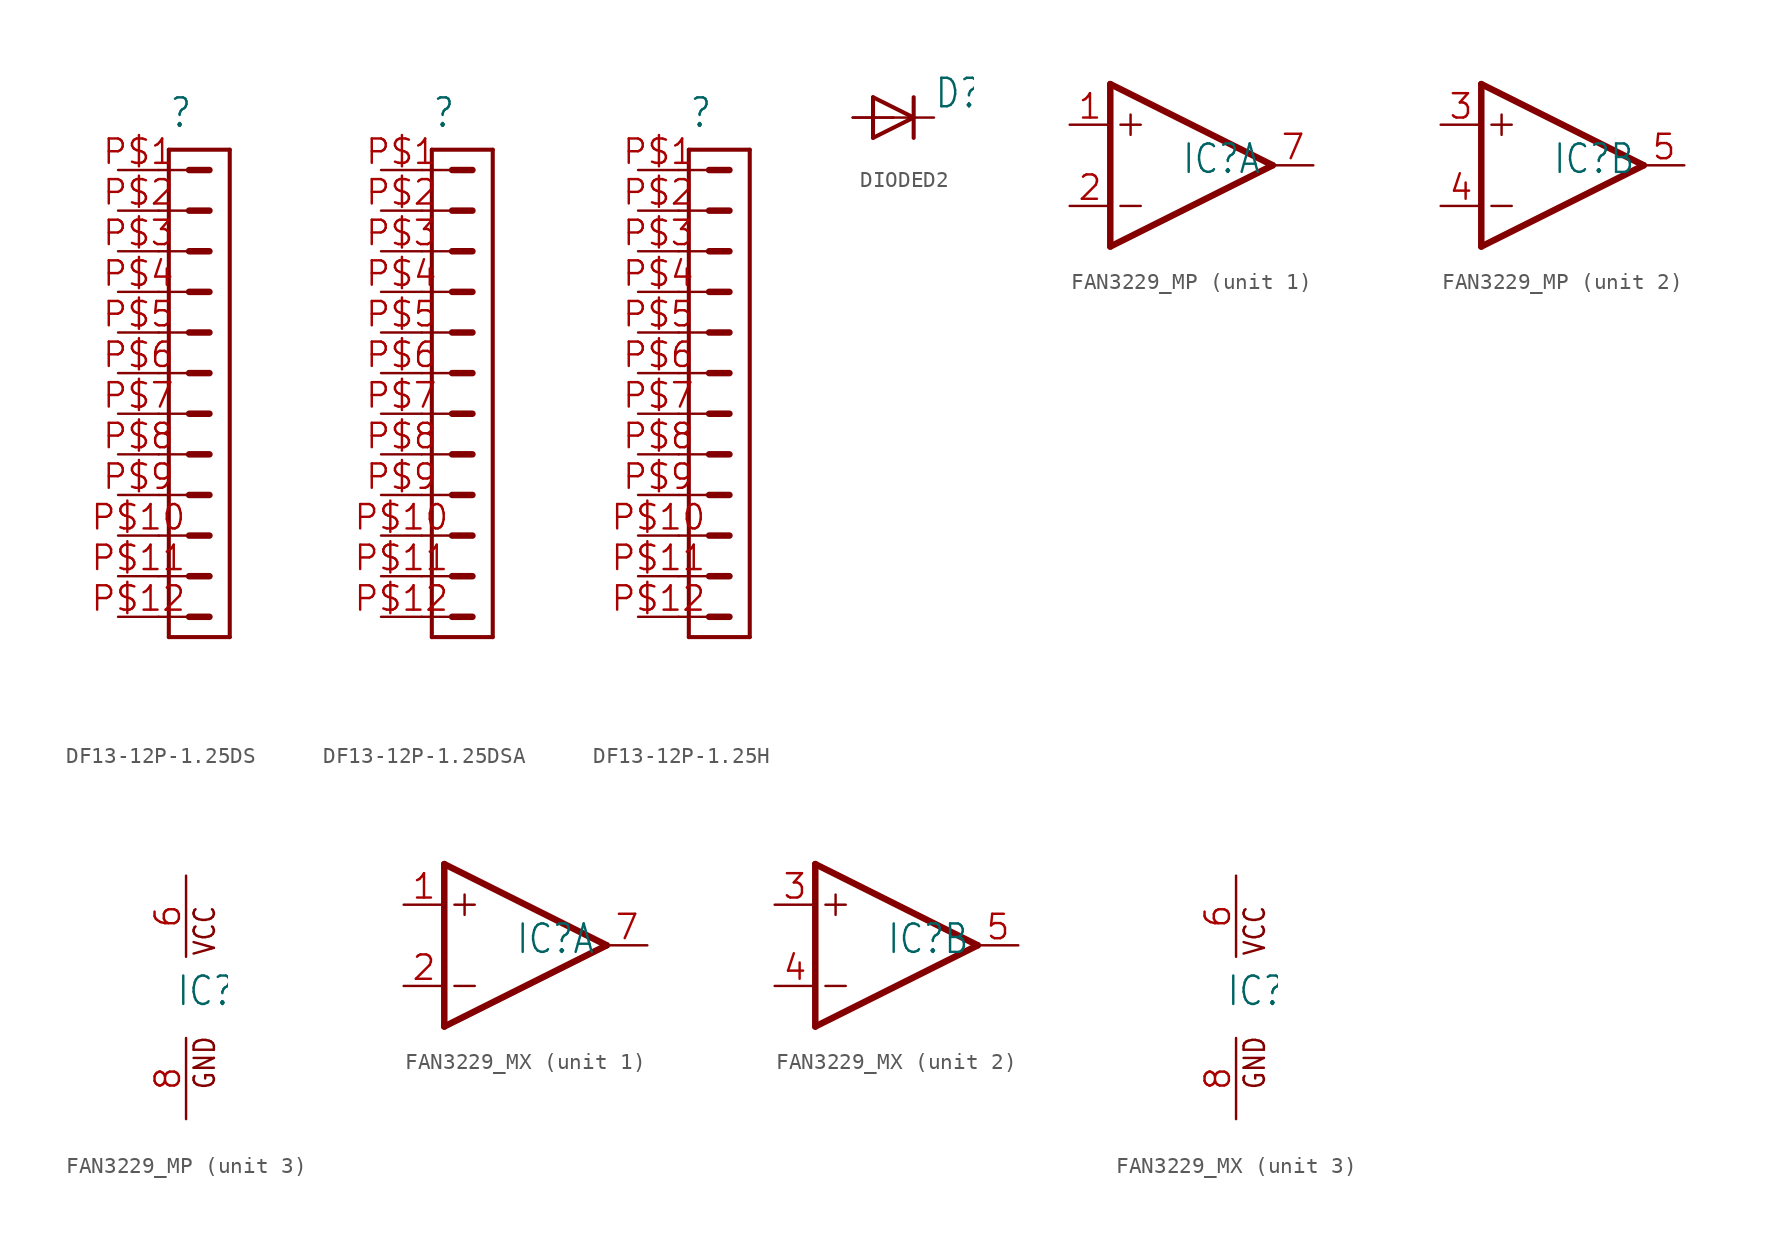
<source format=kicad_sym>
(kicad_symbol_lib
  (version 20241209)
  (generator "kicad_symbol_editor")
  (generator_version "9.0")
  (symbol "DF13-12P-1.25DS"
    (property "Reference" ""
      (at -1.905 20.32 0)
      (effects (font (size 1.778 1.511)) (justify left bottom)))
    (property "Value" ""
      (at -1.905 -14.287 0)
      (effects (font (size 1.778 1.511)) (justify left bottom)))
    (property "ki_locked" ""
      (at 0 0 0)
      (effects (font (size 1.27 1.27))))
    (symbol "DF13-12P-1.25DS_1_0"
      (polyline (pts (xy -2.54 17.78) (xy -0.635 17.78)) (stroke (width 0.152) (type solid)) (fill (type none)))
      (polyline (pts (xy -2.54 15.24) (xy -0.635 15.24)) (stroke (width 0.152) (type solid)) (fill (type none)))
      (polyline (pts (xy -2.54 12.7) (xy -0.635 12.7)) (stroke (width 0.152) (type solid)) (fill (type none)))
      (polyline (pts (xy -2.54 10.16) (xy -0.635 10.16)) (stroke (width 0.152) (type solid)) (fill (type none)))
      (polyline (pts (xy -2.54 7.62) (xy -0.635 7.62)) (stroke (width 0.152) (type solid)) (fill (type none)))
      (polyline (pts (xy -2.54 5.08) (xy -0.635 5.08)) (stroke (width 0.152) (type solid)) (fill (type none)))
      (polyline (pts (xy -2.54 2.54) (xy -0.635 2.54)) (stroke (width 0.152) (type solid)) (fill (type none)))
      (polyline (pts (xy -2.54 0) (xy -0.635 0)) (stroke (width 0.152) (type solid)) (fill (type none)))
      (polyline (pts (xy -2.54 -2.54) (xy -0.635 -2.54)) (stroke (width 0.152) (type solid)) (fill (type none)))
      (polyline (pts (xy -2.54 -5.08) (xy -0.635 -5.08)) (stroke (width 0.152) (type solid)) (fill (type none)))
      (polyline (pts (xy -2.54 -7.62) (xy -0.635 -7.62)) (stroke (width 0.152) (type solid)) (fill (type none)))
      (polyline (pts (xy -2.54 -10.16) (xy -0.635 -10.16)) (stroke (width 0.152) (type solid)) (fill (type none)))
      (polyline (pts (xy -1.905 -11.43) (xy -1.905 19.05)) (stroke (width 0.254) (type solid)) (fill (type none)))
      (polyline (pts (xy -1.905 -11.43) (xy 1.905 -11.43)) (stroke (width 0.254) (type solid)) (fill (type none)))
      (polyline (pts (xy -0.635 17.78) (xy 0.635 17.78)) (stroke (width 0.406) (type solid)) (fill (type none)))
      (polyline (pts (xy -0.635 15.24) (xy 0.635 15.24)) (stroke (width 0.406) (type solid)) (fill (type none)))
      (polyline (pts (xy -0.635 12.7) (xy 0.635 12.7)) (stroke (width 0.406) (type solid)) (fill (type none)))
      (polyline (pts (xy -0.635 10.16) (xy 0.635 10.16)) (stroke (width 0.406) (type solid)) (fill (type none)))
      (polyline (pts (xy -0.635 7.62) (xy 0.635 7.62)) (stroke (width 0.406) (type solid)) (fill (type none)))
      (polyline (pts (xy -0.635 5.08) (xy 0.635 5.08)) (stroke (width 0.406) (type solid)) (fill (type none)))
      (polyline (pts (xy -0.635 2.54) (xy 0.635 2.54)) (stroke (width 0.406) (type solid)) (fill (type none)))
      (polyline (pts (xy -0.635 0) (xy 0.635 0)) (stroke (width 0.406) (type solid)) (fill (type none)))
      (polyline (pts (xy -0.635 -2.54) (xy 0.635 -2.54)) (stroke (width 0.406) (type solid)) (fill (type none)))
      (polyline (pts (xy -0.635 -5.08) (xy 0.635 -5.08)) (stroke (width 0.406) (type solid)) (fill (type none)))
      (polyline (pts (xy -0.635 -7.62) (xy 0.635 -7.62)) (stroke (width 0.406) (type solid)) (fill (type none)))
      (polyline (pts (xy -0.635 -10.16) (xy 0.635 -10.16)) (stroke (width 0.406) (type solid)) (fill (type none)))
      (polyline (pts (xy 1.905 19.05) (xy -1.905 19.05)) (stroke (width 0.254) (type solid)) (fill (type none)))
      (polyline (pts (xy 1.905 19.05) (xy 1.905 -11.43)) (stroke (width 0.254) (type solid)) (fill (type none)))
      (pin passive line (at -5.08 17.78 0) (length 2.54) (name "1" (effects (font (size 0 0)))) (number "P$1" (effects (font (size 1.524 1.524)))))
      (pin passive line (at -5.08 15.24 0) (length 2.54) (name "2" (effects (font (size 0 0)))) (number "P$2" (effects (font (size 1.524 1.524)))))
      (pin passive line (at -5.08 12.7 0) (length 2.54) (name "3" (effects (font (size 0 0)))) (number "P$3" (effects (font (size 1.524 1.524)))))
      (pin passive line (at -5.08 10.16 0) (length 2.54) (name "4" (effects (font (size 0 0)))) (number "P$4" (effects (font (size 1.524 1.524)))))
      (pin passive line (at -5.08 7.62 0) (length 2.54) (name "5" (effects (font (size 0 0)))) (number "P$5" (effects (font (size 1.524 1.524)))))
      (pin passive line (at -5.08 5.08 0) (length 2.54) (name "6" (effects (font (size 0 0)))) (number "P$6" (effects (font (size 1.524 1.524)))))
      (pin passive line (at -5.08 2.54 0) (length 2.54) (name "7" (effects (font (size 0 0)))) (number "P$7" (effects (font (size 1.524 1.524)))))
      (pin passive line (at -5.08 0 0) (length 2.54) (name "8" (effects (font (size 0 0)))) (number "P$8" (effects (font (size 1.524 1.524)))))
      (pin passive line (at -5.08 -2.54 0) (length 2.54) (name "9" (effects (font (size 0 0)))) (number "P$9" (effects (font (size 1.524 1.524)))))
      (pin passive line (at -5.08 -5.08 0) (length 2.54) (name "10" (effects (font (size 0 0)))) (number "P$10" (effects (font (size 1.524 1.524)))))
      (pin passive line (at -5.08 -7.62 0) (length 2.54) (name "11" (effects (font (size 0 0)))) (number "P$11" (effects (font (size 1.524 1.524)))))
      (pin passive line (at -5.08 -10.16 0) (length 2.54) (name "12" (effects (font (size 0 0)))) (number "P$12" (effects (font (size 1.524 1.524)))))))
  (symbol "DF13-12P-1.25DSA"
    (property "Reference" ""
      (at -1.905 20.32 0)
      (effects (font (size 1.778 1.511)) (justify left bottom)))
    (property "Value" ""
      (at -1.905 -14.287 0)
      (effects (font (size 1.778 1.511)) (justify left bottom)))
    (property "ki_locked" ""
      (at 0 0 0)
      (effects (font (size 1.27 1.27))))
    (symbol "DF13-12P-1.25DSA_1_0"
      (polyline (pts (xy -2.54 17.78) (xy -0.635 17.78)) (stroke (width 0.152) (type solid)) (fill (type none)))
      (polyline (pts (xy -2.54 15.24) (xy -0.635 15.24)) (stroke (width 0.152) (type solid)) (fill (type none)))
      (polyline (pts (xy -2.54 12.7) (xy -0.635 12.7)) (stroke (width 0.152) (type solid)) (fill (type none)))
      (polyline (pts (xy -2.54 10.16) (xy -0.635 10.16)) (stroke (width 0.152) (type solid)) (fill (type none)))
      (polyline (pts (xy -2.54 7.62) (xy -0.635 7.62)) (stroke (width 0.152) (type solid)) (fill (type none)))
      (polyline (pts (xy -2.54 5.08) (xy -0.635 5.08)) (stroke (width 0.152) (type solid)) (fill (type none)))
      (polyline (pts (xy -2.54 2.54) (xy -0.635 2.54)) (stroke (width 0.152) (type solid)) (fill (type none)))
      (polyline (pts (xy -2.54 0) (xy -0.635 0)) (stroke (width 0.152) (type solid)) (fill (type none)))
      (polyline (pts (xy -2.54 -2.54) (xy -0.635 -2.54)) (stroke (width 0.152) (type solid)) (fill (type none)))
      (polyline (pts (xy -2.54 -5.08) (xy -0.635 -5.08)) (stroke (width 0.152) (type solid)) (fill (type none)))
      (polyline (pts (xy -2.54 -7.62) (xy -0.635 -7.62)) (stroke (width 0.152) (type solid)) (fill (type none)))
      (polyline (pts (xy -2.54 -10.16) (xy -0.635 -10.16)) (stroke (width 0.152) (type solid)) (fill (type none)))
      (polyline (pts (xy -1.905 -11.43) (xy -1.905 19.05)) (stroke (width 0.254) (type solid)) (fill (type none)))
      (polyline (pts (xy -1.905 -11.43) (xy 1.905 -11.43)) (stroke (width 0.254) (type solid)) (fill (type none)))
      (polyline (pts (xy -0.635 17.78) (xy 0.635 17.78)) (stroke (width 0.406) (type solid)) (fill (type none)))
      (polyline (pts (xy -0.635 15.24) (xy 0.635 15.24)) (stroke (width 0.406) (type solid)) (fill (type none)))
      (polyline (pts (xy -0.635 12.7) (xy 0.635 12.7)) (stroke (width 0.406) (type solid)) (fill (type none)))
      (polyline (pts (xy -0.635 10.16) (xy 0.635 10.16)) (stroke (width 0.406) (type solid)) (fill (type none)))
      (polyline (pts (xy -0.635 7.62) (xy 0.635 7.62)) (stroke (width 0.406) (type solid)) (fill (type none)))
      (polyline (pts (xy -0.635 5.08) (xy 0.635 5.08)) (stroke (width 0.406) (type solid)) (fill (type none)))
      (polyline (pts (xy -0.635 2.54) (xy 0.635 2.54)) (stroke (width 0.406) (type solid)) (fill (type none)))
      (polyline (pts (xy -0.635 0) (xy 0.635 0)) (stroke (width 0.406) (type solid)) (fill (type none)))
      (polyline (pts (xy -0.635 -2.54) (xy 0.635 -2.54)) (stroke (width 0.406) (type solid)) (fill (type none)))
      (polyline (pts (xy -0.635 -5.08) (xy 0.635 -5.08)) (stroke (width 0.406) (type solid)) (fill (type none)))
      (polyline (pts (xy -0.635 -7.62) (xy 0.635 -7.62)) (stroke (width 0.406) (type solid)) (fill (type none)))
      (polyline (pts (xy -0.635 -10.16) (xy 0.635 -10.16)) (stroke (width 0.406) (type solid)) (fill (type none)))
      (polyline (pts (xy 1.905 19.05) (xy -1.905 19.05)) (stroke (width 0.254) (type solid)) (fill (type none)))
      (polyline (pts (xy 1.905 19.05) (xy 1.905 -11.43)) (stroke (width 0.254) (type solid)) (fill (type none)))
      (pin passive line (at -5.08 17.78 0) (length 2.54) (name "1" (effects (font (size 0 0)))) (number "P$1" (effects (font (size 1.524 1.524)))))
      (pin passive line (at -5.08 15.24 0) (length 2.54) (name "2" (effects (font (size 0 0)))) (number "P$2" (effects (font (size 1.524 1.524)))))
      (pin passive line (at -5.08 12.7 0) (length 2.54) (name "3" (effects (font (size 0 0)))) (number "P$3" (effects (font (size 1.524 1.524)))))
      (pin passive line (at -5.08 10.16 0) (length 2.54) (name "4" (effects (font (size 0 0)))) (number "P$4" (effects (font (size 1.524 1.524)))))
      (pin passive line (at -5.08 7.62 0) (length 2.54) (name "5" (effects (font (size 0 0)))) (number "P$5" (effects (font (size 1.524 1.524)))))
      (pin passive line (at -5.08 5.08 0) (length 2.54) (name "6" (effects (font (size 0 0)))) (number "P$6" (effects (font (size 1.524 1.524)))))
      (pin passive line (at -5.08 2.54 0) (length 2.54) (name "7" (effects (font (size 0 0)))) (number "P$7" (effects (font (size 1.524 1.524)))))
      (pin passive line (at -5.08 0 0) (length 2.54) (name "8" (effects (font (size 0 0)))) (number "P$8" (effects (font (size 1.524 1.524)))))
      (pin passive line (at -5.08 -2.54 0) (length 2.54) (name "9" (effects (font (size 0 0)))) (number "P$9" (effects (font (size 1.524 1.524)))))
      (pin passive line (at -5.08 -5.08 0) (length 2.54) (name "10" (effects (font (size 0 0)))) (number "P$10" (effects (font (size 1.524 1.524)))))
      (pin passive line (at -5.08 -7.62 0) (length 2.54) (name "11" (effects (font (size 0 0)))) (number "P$11" (effects (font (size 1.524 1.524)))))
      (pin passive line (at -5.08 -10.16 0) (length 2.54) (name "12" (effects (font (size 0 0)))) (number "P$12" (effects (font (size 1.524 1.524)))))))
  (symbol "DF13-12P-1.25H"
    (property "Reference" ""
      (at -1.905 20.32 0)
      (effects (font (size 1.778 1.511)) (justify left bottom)))
    (property "Value" ""
      (at -1.905 -14.287 0)
      (effects (font (size 1.778 1.511)) (justify left bottom)))
    (property "ki_locked" ""
      (at 0 0 0)
      (effects (font (size 1.27 1.27))))
    (symbol "DF13-12P-1.25H_1_0"
      (polyline (pts (xy -2.54 17.78) (xy -0.635 17.78)) (stroke (width 0.152) (type solid)) (fill (type none)))
      (polyline (pts (xy -2.54 15.24) (xy -0.635 15.24)) (stroke (width 0.152) (type solid)) (fill (type none)))
      (polyline (pts (xy -2.54 12.7) (xy -0.635 12.7)) (stroke (width 0.152) (type solid)) (fill (type none)))
      (polyline (pts (xy -2.54 10.16) (xy -0.635 10.16)) (stroke (width 0.152) (type solid)) (fill (type none)))
      (polyline (pts (xy -2.54 7.62) (xy -0.635 7.62)) (stroke (width 0.152) (type solid)) (fill (type none)))
      (polyline (pts (xy -2.54 5.08) (xy -0.635 5.08)) (stroke (width 0.152) (type solid)) (fill (type none)))
      (polyline (pts (xy -2.54 2.54) (xy -0.635 2.54)) (stroke (width 0.152) (type solid)) (fill (type none)))
      (polyline (pts (xy -2.54 0) (xy -0.635 0)) (stroke (width 0.152) (type solid)) (fill (type none)))
      (polyline (pts (xy -2.54 -2.54) (xy -0.635 -2.54)) (stroke (width 0.152) (type solid)) (fill (type none)))
      (polyline (pts (xy -2.54 -5.08) (xy -0.635 -5.08)) (stroke (width 0.152) (type solid)) (fill (type none)))
      (polyline (pts (xy -2.54 -7.62) (xy -0.635 -7.62)) (stroke (width 0.152) (type solid)) (fill (type none)))
      (polyline (pts (xy -2.54 -10.16) (xy -0.635 -10.16)) (stroke (width 0.152) (type solid)) (fill (type none)))
      (polyline (pts (xy -1.905 -11.43) (xy -1.905 19.05)) (stroke (width 0.254) (type solid)) (fill (type none)))
      (polyline (pts (xy -1.905 -11.43) (xy 1.905 -11.43)) (stroke (width 0.254) (type solid)) (fill (type none)))
      (polyline (pts (xy -0.635 17.78) (xy 0.635 17.78)) (stroke (width 0.406) (type solid)) (fill (type none)))
      (polyline (pts (xy -0.635 15.24) (xy 0.635 15.24)) (stroke (width 0.406) (type solid)) (fill (type none)))
      (polyline (pts (xy -0.635 12.7) (xy 0.635 12.7)) (stroke (width 0.406) (type solid)) (fill (type none)))
      (polyline (pts (xy -0.635 10.16) (xy 0.635 10.16)) (stroke (width 0.406) (type solid)) (fill (type none)))
      (polyline (pts (xy -0.635 7.62) (xy 0.635 7.62)) (stroke (width 0.406) (type solid)) (fill (type none)))
      (polyline (pts (xy -0.635 5.08) (xy 0.635 5.08)) (stroke (width 0.406) (type solid)) (fill (type none)))
      (polyline (pts (xy -0.635 2.54) (xy 0.635 2.54)) (stroke (width 0.406) (type solid)) (fill (type none)))
      (polyline (pts (xy -0.635 0) (xy 0.635 0)) (stroke (width 0.406) (type solid)) (fill (type none)))
      (polyline (pts (xy -0.635 -2.54) (xy 0.635 -2.54)) (stroke (width 0.406) (type solid)) (fill (type none)))
      (polyline (pts (xy -0.635 -5.08) (xy 0.635 -5.08)) (stroke (width 0.406) (type solid)) (fill (type none)))
      (polyline (pts (xy -0.635 -7.62) (xy 0.635 -7.62)) (stroke (width 0.406) (type solid)) (fill (type none)))
      (polyline (pts (xy -0.635 -10.16) (xy 0.635 -10.16)) (stroke (width 0.406) (type solid)) (fill (type none)))
      (polyline (pts (xy 1.905 19.05) (xy -1.905 19.05)) (stroke (width 0.254) (type solid)) (fill (type none)))
      (polyline (pts (xy 1.905 19.05) (xy 1.905 -11.43)) (stroke (width 0.254) (type solid)) (fill (type none)))
      (pin passive line (at -5.08 17.78 0) (length 2.54) (name "1" (effects (font (size 0 0)))) (number "P$1" (effects (font (size 1.524 1.524)))))
      (pin passive line (at -5.08 15.24 0) (length 2.54) (name "2" (effects (font (size 0 0)))) (number "P$2" (effects (font (size 1.524 1.524)))))
      (pin passive line (at -5.08 12.7 0) (length 2.54) (name "3" (effects (font (size 0 0)))) (number "P$3" (effects (font (size 1.524 1.524)))))
      (pin passive line (at -5.08 10.16 0) (length 2.54) (name "4" (effects (font (size 0 0)))) (number "P$4" (effects (font (size 1.524 1.524)))))
      (pin passive line (at -5.08 7.62 0) (length 2.54) (name "5" (effects (font (size 0 0)))) (number "P$5" (effects (font (size 1.524 1.524)))))
      (pin passive line (at -5.08 5.08 0) (length 2.54) (name "6" (effects (font (size 0 0)))) (number "P$6" (effects (font (size 1.524 1.524)))))
      (pin passive line (at -5.08 2.54 0) (length 2.54) (name "7" (effects (font (size 0 0)))) (number "P$7" (effects (font (size 1.524 1.524)))))
      (pin passive line (at -5.08 0 0) (length 2.54) (name "8" (effects (font (size 0 0)))) (number "P$8" (effects (font (size 1.524 1.524)))))
      (pin passive line (at -5.08 -2.54 0) (length 2.54) (name "9" (effects (font (size 0 0)))) (number "P$9" (effects (font (size 1.524 1.524)))))
      (pin passive line (at -5.08 -5.08 0) (length 2.54) (name "10" (effects (font (size 0 0)))) (number "P$10" (effects (font (size 1.524 1.524)))))
      (pin passive line (at -5.08 -7.62 0) (length 2.54) (name "11" (effects (font (size 0 0)))) (number "P$11" (effects (font (size 1.524 1.524)))))
      (pin passive line (at -5.08 -10.16 0) (length 2.54) (name "12" (effects (font (size 0 0)))) (number "P$12" (effects (font (size 1.524 1.524)))))))
  (symbol "DIODED2"
    (property "Reference" "D"
      (at 2.54 0.483 0)
      (effects (font (size 1.778 1.511)) (justify left bottom)))
    (property "Value" ""
      (at 2.54 -2.311 0)
      (effects (font (size 1.778 1.511)) (justify left bottom)))
    (property "ki_locked" ""
      (at 0 0 0)
      (effects (font (size 1.27 1.27))))
    (symbol "DIODED2_1_0"
      (polyline (pts (xy -1.27 1.27) (xy -1.27 -1.27)) (stroke (width 0.254) (type solid)) (fill (type none)))
      (polyline (pts (xy -1.27 -1.27) (xy 1.27 0)) (stroke (width 0.254) (type solid)) (fill (type none)))
      (polyline (pts (xy 1.27 1.27) (xy 1.27 0)) (stroke (width 0.254) (type solid)) (fill (type none)))
      (polyline (pts (xy 1.27 0) (xy -1.27 1.27)) (stroke (width 0.254) (type solid)) (fill (type none)))
      (polyline (pts (xy 1.27 0) (xy 1.27 -1.27)) (stroke (width 0.254) (type solid)) (fill (type none)))
      (pin passive line (at -2.54 0 0) (length 2.54) (name "A" (effects (font (size 0 0)))) (number "1" (effects (font (size 0 0)))))
      (pin passive line (at -2.54 0 0) (length 2.54) (name "A" (effects (font (size 0 0)))) (number "3" (effects (font (size 0 0)))))
      (pin passive line (at 2.54 0 180) (length 2.54) (name "C" (effects (font (size 0 0)))) (number "2" (effects (font (size 0 0)))))))
  (symbol "FAN3229_MP"
    (property "Reference" "IC"
      (at -0.635 -0.635 0)
      (effects (font (size 1.778 1.511)) (justify left bottom)))
    (property "ki_locked" ""
      (at 0 0 0)
      (effects (font (size 1.27 1.27))))
    (symbol "FAN3229_MP_1_0"
      (polyline (pts (xy -5.08 5.08) (xy -5.08 -5.08)) (stroke (width 0.406) (type solid)) (fill (type none)))
      (polyline (pts (xy -5.08 -5.08) (xy 5.08 0)) (stroke (width 0.406) (type solid)) (fill (type none)))
      (polyline (pts (xy -4.445 2.54) (xy -3.175 2.54)) (stroke (width 0.152) (type solid)) (fill (type none)))
      (polyline (pts (xy -4.445 -2.54) (xy -3.175 -2.54)) (stroke (width 0.152) (type solid)) (fill (type none)))
      (polyline (pts (xy -3.81 3.175) (xy -3.81 1.905)) (stroke (width 0.152) (type solid)) (fill (type none)))
      (polyline (pts (xy 5.08 0) (xy -5.08 5.08)) (stroke (width 0.406) (type solid)) (fill (type none)))
      (pin input line (at -7.62 2.54 0) (length 2.54) (name "+IN" (effects (font (size 0 0)))) (number "1" (effects (font (size 1.524 1.524)))))
      (pin input line (at -7.62 -2.54 0) (length 2.54) (name "-IN" (effects (font (size 0 0)))) (number "2" (effects (font (size 1.524 1.524)))))
      (pin output line (at 7.62 0 180) (length 2.54) (name "OUT" (effects (font (size 0 0)))) (number "7" (effects (font (size 1.524 1.524))))))
    (symbol "FAN3229_MP_2_0"
      (polyline (pts (xy -5.08 5.08) (xy -5.08 -5.08)) (stroke (width 0.406) (type solid)) (fill (type none)))
      (polyline (pts (xy -5.08 -5.08) (xy 5.08 0)) (stroke (width 0.406) (type solid)) (fill (type none)))
      (polyline (pts (xy -4.445 2.54) (xy -3.175 2.54)) (stroke (width 0.152) (type solid)) (fill (type none)))
      (polyline (pts (xy -4.445 -2.54) (xy -3.175 -2.54)) (stroke (width 0.152) (type solid)) (fill (type none)))
      (polyline (pts (xy -3.81 3.175) (xy -3.81 1.905)) (stroke (width 0.152) (type solid)) (fill (type none)))
      (polyline (pts (xy 5.08 0) (xy -5.08 5.08)) (stroke (width 0.406) (type solid)) (fill (type none)))
      (pin input line (at -7.62 2.54 0) (length 2.54) (name "+IN" (effects (font (size 0 0)))) (number "3" (effects (font (size 1.524 1.524)))))
      (pin input line (at -7.62 -2.54 0) (length 2.54) (name "-IN" (effects (font (size 0 0)))) (number "4" (effects (font (size 1.524 1.524)))))
      (pin output line (at 7.62 0 180) (length 2.54) (name "OUT" (effects (font (size 0 0)))) (number "5" (effects (font (size 1.524 1.524))))))
    (symbol "FAN3229_MP_3_0"
      (text "VCC" (at 1.905 2.54 900) (effects (font (size 1.27 1.079)) (justify left bottom)))
      (text "GND" (at 1.905 -5.842 900) (effects (font (size 1.27 1.079)) (justify left bottom)))
      (pin power_in line (at 0 7.62 270) (length 5.08) (name "VCC" (effects (font (size 0 0)))) (number "6" (effects (font (size 1.524 1.524)))))
      (pin power_in line (at 0 -7.62 90) (length 5.08) (name "GND" (effects (font (size 0 0)))) (number "8" (effects (font (size 1.524 1.524)))))))
  (symbol "FAN3229_MX"
    (property "Reference" "IC"
      (at -0.635 -0.635 0)
      (effects (font (size 1.778 1.511)) (justify left bottom)))
    (property "ki_locked" ""
      (at 0 0 0)
      (effects (font (size 1.27 1.27))))
    (symbol "FAN3229_MX_1_0"
      (polyline (pts (xy -5.08 5.08) (xy -5.08 -5.08)) (stroke (width 0.406) (type solid)) (fill (type none)))
      (polyline (pts (xy -5.08 -5.08) (xy 5.08 0)) (stroke (width 0.406) (type solid)) (fill (type none)))
      (polyline (pts (xy -4.445 2.54) (xy -3.175 2.54)) (stroke (width 0.152) (type solid)) (fill (type none)))
      (polyline (pts (xy -4.445 -2.54) (xy -3.175 -2.54)) (stroke (width 0.152) (type solid)) (fill (type none)))
      (polyline (pts (xy -3.81 3.175) (xy -3.81 1.905)) (stroke (width 0.152) (type solid)) (fill (type none)))
      (polyline (pts (xy 5.08 0) (xy -5.08 5.08)) (stroke (width 0.406) (type solid)) (fill (type none)))
      (pin input line (at -7.62 2.54 0) (length 2.54) (name "+IN" (effects (font (size 0 0)))) (number "1" (effects (font (size 1.524 1.524)))))
      (pin input line (at -7.62 -2.54 0) (length 2.54) (name "-IN" (effects (font (size 0 0)))) (number "2" (effects (font (size 1.524 1.524)))))
      (pin output line (at 7.62 0 180) (length 2.54) (name "OUT" (effects (font (size 0 0)))) (number "7" (effects (font (size 1.524 1.524))))))
    (symbol "FAN3229_MX_2_0"
      (polyline (pts (xy -5.08 5.08) (xy -5.08 -5.08)) (stroke (width 0.406) (type solid)) (fill (type none)))
      (polyline (pts (xy -5.08 -5.08) (xy 5.08 0)) (stroke (width 0.406) (type solid)) (fill (type none)))
      (polyline (pts (xy -4.445 2.54) (xy -3.175 2.54)) (stroke (width 0.152) (type solid)) (fill (type none)))
      (polyline (pts (xy -4.445 -2.54) (xy -3.175 -2.54)) (stroke (width 0.152) (type solid)) (fill (type none)))
      (polyline (pts (xy -3.81 3.175) (xy -3.81 1.905)) (stroke (width 0.152) (type solid)) (fill (type none)))
      (polyline (pts (xy 5.08 0) (xy -5.08 5.08)) (stroke (width 0.406) (type solid)) (fill (type none)))
      (pin input line (at -7.62 2.54 0) (length 2.54) (name "+IN" (effects (font (size 0 0)))) (number "3" (effects (font (size 1.524 1.524)))))
      (pin input line (at -7.62 -2.54 0) (length 2.54) (name "-IN" (effects (font (size 0 0)))) (number "4" (effects (font (size 1.524 1.524)))))
      (pin output line (at 7.62 0 180) (length 2.54) (name "OUT" (effects (font (size 0 0)))) (number "5" (effects (font (size 1.524 1.524))))))
    (symbol "FAN3229_MX_3_0"
      (text "VCC" (at 1.905 2.54 900) (effects (font (size 1.27 1.079)) (justify left bottom)))
      (text "GND" (at 1.905 -5.842 900) (effects (font (size 1.27 1.079)) (justify left bottom)))
      (pin power_in line (at 0 7.62 270) (length 5.08) (name "VCC" (effects (font (size 0 0)))) (number "6" (effects (font (size 1.524 1.524)))))
      (pin power_in line (at 0 -7.62 90) (length 5.08) (name "GND" (effects (font (size 0 0)))) (number "8" (effects (font (size 1.524 1.524))))))))
</source>
